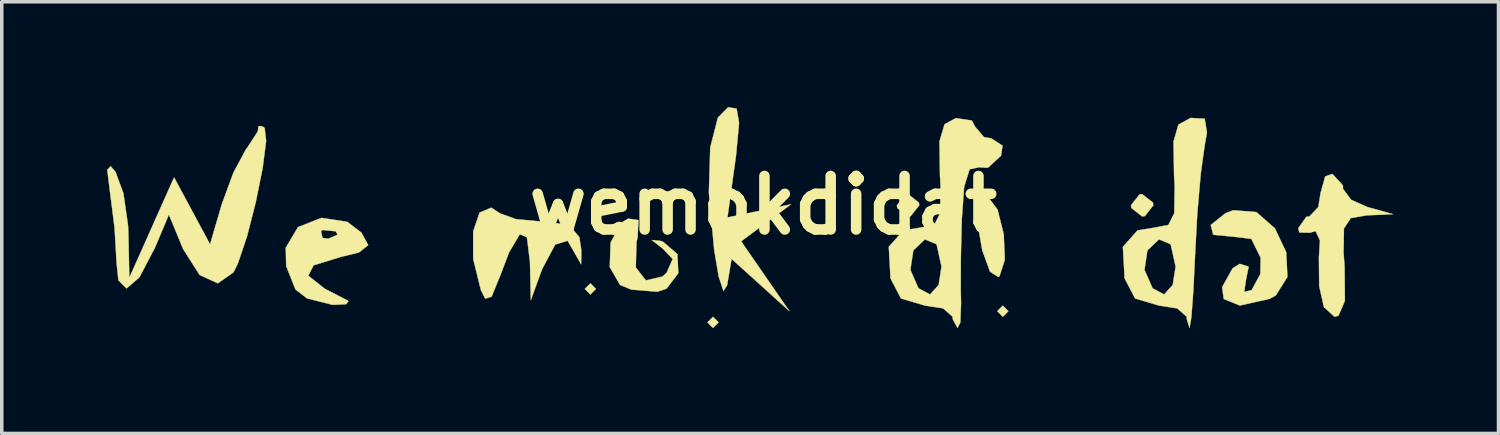
<source format=kicad_pcb>
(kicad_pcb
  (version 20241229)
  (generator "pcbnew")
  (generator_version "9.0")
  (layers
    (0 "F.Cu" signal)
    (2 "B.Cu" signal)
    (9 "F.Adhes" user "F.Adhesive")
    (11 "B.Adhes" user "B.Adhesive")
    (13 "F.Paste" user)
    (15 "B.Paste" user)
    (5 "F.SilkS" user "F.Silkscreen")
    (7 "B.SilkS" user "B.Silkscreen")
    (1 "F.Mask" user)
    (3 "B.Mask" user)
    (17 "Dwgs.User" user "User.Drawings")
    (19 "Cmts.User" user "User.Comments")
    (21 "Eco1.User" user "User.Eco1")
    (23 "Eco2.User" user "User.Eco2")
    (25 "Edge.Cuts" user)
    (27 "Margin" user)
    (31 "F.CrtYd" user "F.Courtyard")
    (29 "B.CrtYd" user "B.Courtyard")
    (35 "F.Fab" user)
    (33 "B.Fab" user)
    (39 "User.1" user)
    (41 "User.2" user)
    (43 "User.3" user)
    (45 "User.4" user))
  (footprint "wemokdidat"
    (layer "F.Cu")
    (at 18.686 2.797)
    (property "Reference" "wemokdidat" (at 0 0 0) (layer "F.SilkS") (effects (font (size 1.524 1.524) (thickness 0.3))))
    (attr through_hole)
    (fp_poly (pts (xy -4.763 2.381) (xy -4.921 2.54) (xy -5.08 2.381) (xy -4.921 2.223) (xy -4.763 2.381)) (stroke (width 0.01) (type solid)) (fill yes) (layer "F.SilkS"))
    (fp_poly (pts (xy -1.27 3.334) (xy -1.429 3.493) (xy -1.587 3.334) (xy -1.429 3.175) (xy -1.27 3.334)) (stroke (width 0.01) (type solid)) (fill yes) (layer "F.SilkS"))
    (fp_poly (pts (xy 6.985 3.016) (xy 6.826 3.175) (xy 6.668 3.016) (xy 6.826 2.857) (xy 6.985 3.016)) (stroke (width 0.01) (type solid)) (fill yes) (layer "F.SilkS"))
    (fp_poly (pts (xy 4.436 -0.076) (xy 4.445 0) (xy 4.203 0.308) (xy 4.128 0.318) (xy 3.819 0.076) (xy 3.81 0) (xy 4.052 -0.308) (xy 4.128 -0.318) (xy 4.436 -0.076)) (stroke (width 0.01) (type solid)) (fill yes) (layer "F.SilkS"))
    (fp_poly (pts (xy 11.103 -0.076) (xy 11.113 0) (xy 10.871 0.308) (xy 10.795 0.318) (xy 10.487 0.076) (xy 10.477 0) (xy 10.719 -0.308) (xy 10.795 -0.318) (xy 11.103 -0.076)) (stroke (width 0.01) (type solid)) (fill yes) (layer "F.SilkS"))
    (fp_poly (pts (xy 6.395 -0.25) (xy 6.675 0.12) (xy 6.852 0.82) (xy 6.883 1.552) (xy 6.731 2.02) (xy 6.702 2.043) (xy 6.462 1.892) (xy 6.246 1.299) (xy 6.23 1.225) (xy 6.066 0.275) (xy 6.077 -0.186) (xy 6.279 -0.28) (xy 6.395 -0.25)) (stroke (width 0.01) (type solid)) (fill yes) (layer "F.SilkS"))
    (fp_poly (pts (xy -0.756 -2.754) (xy -0.686 -2.347) (xy -0.769 -1.451) (xy -0.79 -1.294) (xy -1.016 0.346) (xy -0.111 0.159) (xy 0.794 -0.028) (xy 0.083 0.498) (xy -0.627 1.025) (xy 0.06 2.02) (xy 0.748 3.016) (xy -0.9 1.526) (xy -1.025 2.271) (xy -1.129 2.443) (xy -1.267 2.028) (xy -1.395 1.27) (xy -1.546 -0.361) (xy -1.507 -1.649) (xy -1.289 -2.497) (xy -0.997 -2.792) (xy -0.756 -2.754)) (stroke (width 0.01) (type solid)) (fill yes) (layer "F.SilkS"))
    (fp_poly (pts (xy -3.553 0.422) (xy -3.576 0.918) (xy -3.608 1.05) (xy -3.627 1.771) (xy -3.34 2.14) (xy -2.87 2.03) (xy -2.753 1.928) (xy -2.577 1.532) (xy -2.86 1.233) (xy -3.172 0.989) (xy -2.948 1.01) (xy -2.857 1.034) (xy -2.442 1.392) (xy -2.417 1.935) (xy -2.753 2.375) (xy -3.016 2.462) (xy -3.756 2.401) (xy -4.076 2.268) (xy -4.369 1.76) (xy -4.344 1.061) (xy -4.039 0.496) (xy -3.845 0.38) (xy -3.553 0.422)) (stroke (width 0.01) (type solid)) (fill yes) (layer "F.SilkS"))
    (fp_poly (pts (xy 14.047 0.193) (xy 14.576 0.657) (xy 14.898 1.338) (xy 14.932 2.041) (xy 14.6 2.57) (xy 14.42 2.665) (xy 13.578 2.854) (xy 13.118 2.669) (xy 13.074 2.328) (xy 13.371 1.795) (xy 13.573 1.667) (xy 13.829 1.749) (xy 13.758 2.089) (xy 13.7 2.469) (xy 13.912 2.417) (xy 14.161 1.958) (xy 14.169 1.492) (xy 13.904 0.956) (xy 13.38 0.893) (xy 12.819 0.84) (xy 12.748 0.56) (xy 13.166 0.227) (xy 13.39 0.141) (xy 14.047 0.193)) (stroke (width 0.01) (type solid)) (fill yes) (layer "F.SilkS"))
    (fp_poly (pts (xy -11.845 0.471) (xy -11.443 0.778) (xy -11.248 1.134) (xy -11.511 1.343) (xy -12.026 1.469) (xy -12.805 1.709) (xy -12.956 2.005) (xy -12.484 2.378) (xy -12.303 2.47) (xy -11.809 2.727) (xy -11.876 2.816) (xy -12.264 2.836) (xy -12.991 2.652) (xy -13.32 2.399) (xy -13.585 1.731) (xy -13.597 1.208) (xy -13.32 0.741) (xy -12.594 0.741) (xy -12.551 0.93) (xy -12.383 0.953) (xy -12.121 0.836) (xy -12.171 0.741) (xy -12.548 0.703) (xy -12.594 0.741) (xy -13.32 0.741) (xy -13.249 0.622) (xy -12.581 0.359) (xy -11.845 0.471)) (stroke (width 0.01) (type solid)) (fill yes) (layer "F.SilkS"))
    (fp_poly (pts (xy -7.496 0.23) (xy -7.043 0.394) (xy -6.271 0.468) (xy -6.252 0.468) (xy -5.531 0.557) (xy -5.235 0.908) (xy -5.18 1.27) (xy -5.184 1.681) (xy -5.282 1.509) (xy -5.283 1.508) (xy -5.569 1.009) (xy -5.923 1.118) (xy -6.296 1.818) (xy -6.298 1.826) (xy -6.617 2.699) (xy -6.642 1.614) (xy -6.728 0.911) (xy -6.932 0.824) (xy -7.24 1.348) (xy -7.483 1.989) (xy -7.734 2.602) (xy -7.916 2.659) (xy -8.039 2.416) (xy -8.259 1.527) (xy -8.259 0.741) (xy -8.075 0.207) (xy -7.744 0.068) (xy -7.496 0.23)) (stroke (width 0.01) (type solid)) (fill yes) (layer "F.SilkS"))
    (fp_poly (pts (xy 16.513 -0.564) (xy 16.515 -0.468) (xy 16.746 -0.157) (xy 17.206 0.048) (xy 17.939 0.254) (xy 17.192 0.286) (xy 16.737 0.364) (xy 16.542 0.661) (xy 16.531 1.351) (xy 16.56 1.746) (xy 16.569 2.72) (xy 16.387 3.145) (xy 16.274 3.175) (xy 15.972 2.901) (xy 15.837 2.302) (xy 15.829 1.49) (xy 15.859 1) (xy 15.732 0.733) (xy 15.579 0.781) (xy 15.271 0.775) (xy 15.24 0.654) (xy 15.47 0.33) (xy 15.557 0.318) (xy 15.812 0.05) (xy 15.875 -0.344) (xy 16.008 -0.823) (xy 16.216 -0.892) (xy 16.513 -0.564)) (stroke (width 0.01) (type solid)) (fill yes) (layer "F.SilkS"))
    (fp_poly (pts (xy -14.264 -2.249) (xy -14.198 -2.202) (xy -14.156 -1.835) (xy -14.255 -1.062) (xy -14.451 -0.088) (xy -14.701 0.887) (xy -14.961 1.658) (xy -15.084 1.909) (xy -15.533 2.222) (xy -16.051 1.984) (xy -16.518 1.251) (xy -16.521 1.244) (xy -16.926 0.265) (xy -17.322 1.206) (xy -17.766 2.053) (xy -18.133 2.37) (xy -18.364 2.135) (xy -18.415 1.646) (xy -18.473 0.639) (xy -18.6 -0.357) (xy -18.681 -1.013) (xy -18.583 -1.114) (xy -18.447 -0.953) (xy -18.22 -0.338) (xy -18.089 0.579) (xy -18.08 0.794) (xy -18.053 2.064) (xy -17.415 0.635) (xy -16.778 -0.794) (xy -15.753 1.111) (xy -15.417 -0.035) (xy -15.089 -0.927) (xy -14.729 -1.597) (xy -14.687 -1.651) (xy -14.395 -2.101) (xy -14.37 -2.257) (xy -14.264 -2.249)) (stroke (width 0.01) (type solid)) (fill yes) (layer "F.SilkS"))
    (fp_poly (pts (xy 12.577 -2.465) (xy 12.64 -2.074) (xy 12.574 -1.696) (xy 12.464 -0.906) (xy 12.364 0.251) (xy 12.305 1.349) (xy 12.253 2.423) (xy 12.196 3.192) (xy 12.145 3.492) (xy 12.144 3.492) (xy 12.067 3.246) (xy 12.065 3.175) (xy 11.793 2.936) (xy 11.277 2.857) (xy 10.594 2.654) (xy 10.295 2.082) (xy 10.282 1.838) (xy 10.861 1.838) (xy 11.091 2.363) (xy 11.42 2.54) (xy 11.666 2.268) (xy 11.748 1.746) (xy 11.607 1.11) (xy 11.274 0.97) (xy 10.944 1.285) (xy 10.861 1.838) (xy 10.282 1.838) (xy 10.246 1.184) (xy 10.662 0.715) (xy 11.155 0.635) (xy 11.54 0.56) (xy 11.709 0.227) (xy 11.722 -0.525) (xy 11.703 -0.871) (xy 11.688 -1.814) (xy 11.826 -2.296) (xy 12.167 -2.484) (xy 12.187 -2.488) (xy 12.577 -2.465)) (stroke (width 0.01) (type solid)) (fill yes) (layer "F.SilkS"))
    (fp_poly (pts (xy 5.946 -2.413) (xy 6.032 -2.246) (xy 6.289 -1.942) (xy 6.499 -1.905) (xy 6.818 -1.698) (xy 6.775 -1.411) (xy 6.4 -1.068) (xy 6.15 -1.083) (xy 5.88 -1.026) (xy 5.725 -0.527) (xy 5.657 0.407) (xy 5.63 1.511) (xy 5.628 2.453) (xy 5.637 2.778) (xy 5.615 3.336) (xy 5.537 3.493) (xy 5.401 3.247) (xy 5.397 3.175) (xy 5.126 2.936) (xy 4.61 2.857) (xy 3.926 2.654) (xy 3.627 2.082) (xy 3.614 1.838) (xy 4.193 1.838) (xy 4.423 2.363) (xy 4.753 2.54) (xy 4.999 2.268) (xy 5.08 1.746) (xy 4.94 1.11) (xy 4.607 0.97) (xy 4.277 1.285) (xy 4.193 1.838) (xy 3.614 1.838) (xy 3.578 1.184) (xy 3.995 0.715) (xy 4.488 0.635) (xy 4.872 0.56) (xy 5.042 0.227) (xy 5.054 -0.525) (xy 5.035 -0.871) (xy 5.023 -1.822) (xy 5.166 -2.307) (xy 5.488 -2.482) (xy 5.946 -2.413)) (stroke (width 0.01) (type solid)) (fill yes) (layer "F.SilkS")))
  (gr_rect
    (start -3 -3)
    (end 39.63 9.294)
    (stroke (width 0.1) (type default))
    (fill no)
    (layer "Edge.Cuts")))
</source>
